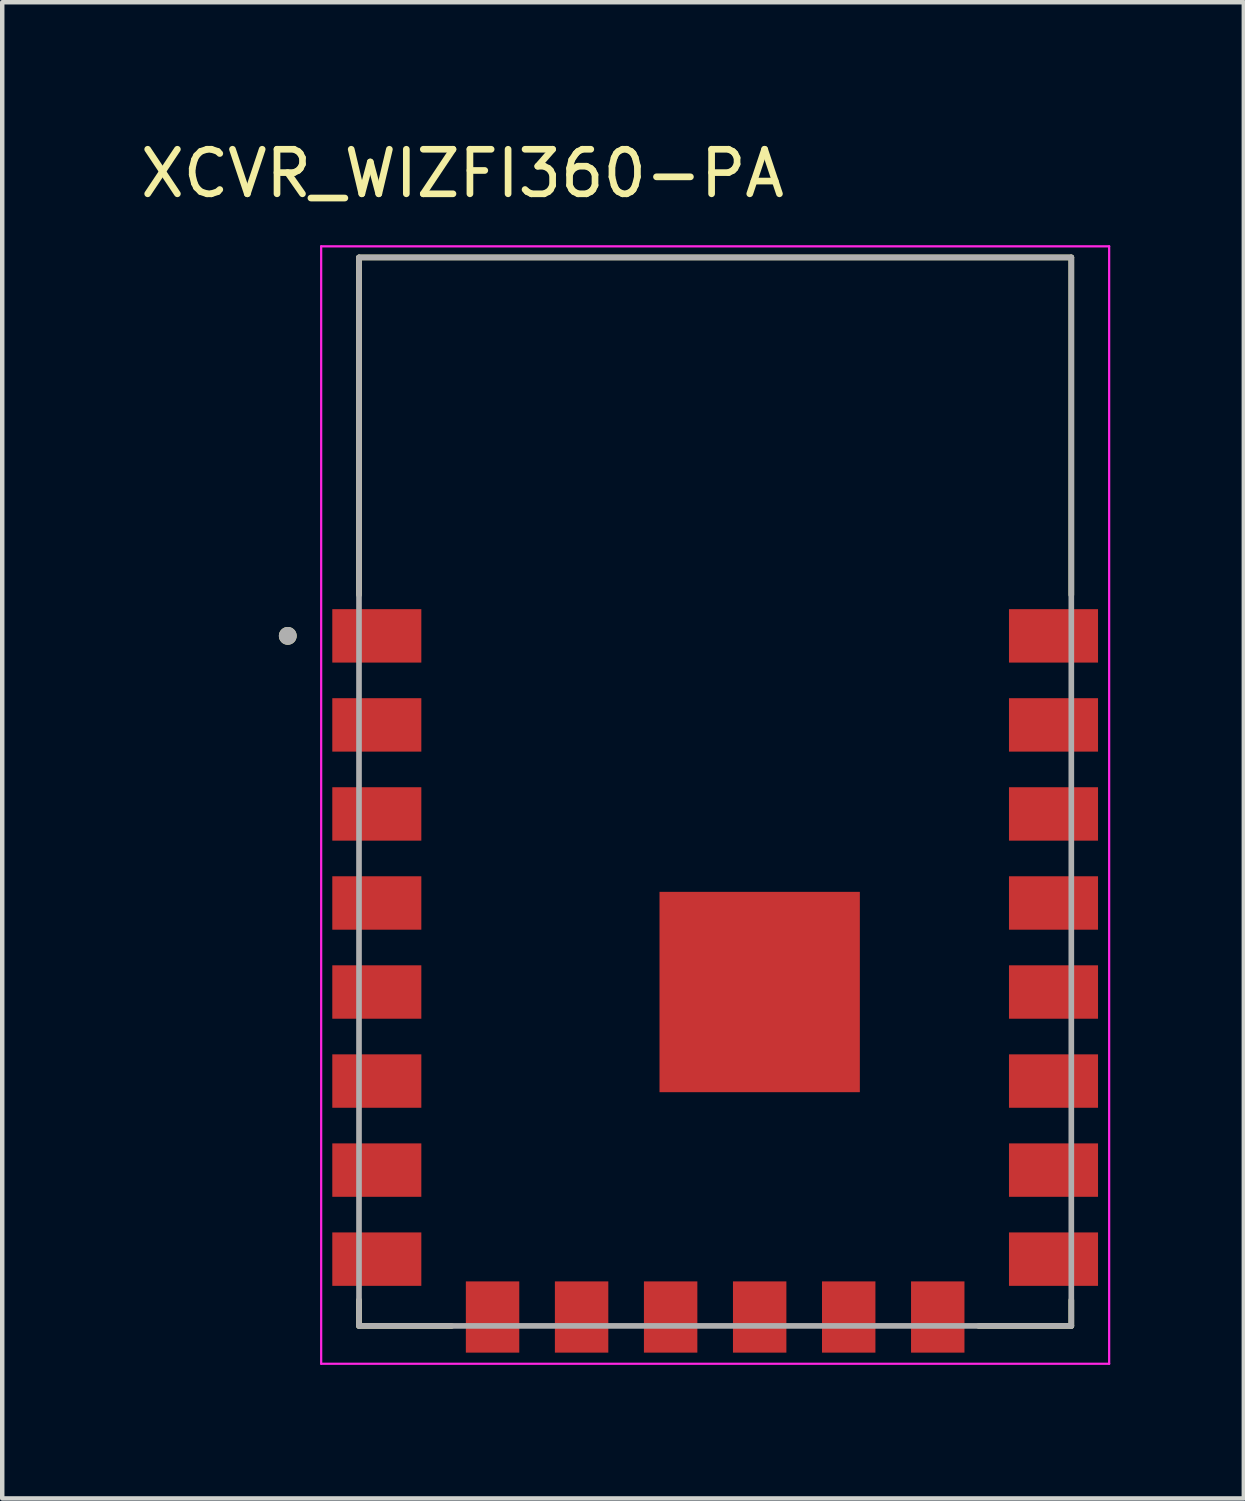
<source format=kicad_pcb>
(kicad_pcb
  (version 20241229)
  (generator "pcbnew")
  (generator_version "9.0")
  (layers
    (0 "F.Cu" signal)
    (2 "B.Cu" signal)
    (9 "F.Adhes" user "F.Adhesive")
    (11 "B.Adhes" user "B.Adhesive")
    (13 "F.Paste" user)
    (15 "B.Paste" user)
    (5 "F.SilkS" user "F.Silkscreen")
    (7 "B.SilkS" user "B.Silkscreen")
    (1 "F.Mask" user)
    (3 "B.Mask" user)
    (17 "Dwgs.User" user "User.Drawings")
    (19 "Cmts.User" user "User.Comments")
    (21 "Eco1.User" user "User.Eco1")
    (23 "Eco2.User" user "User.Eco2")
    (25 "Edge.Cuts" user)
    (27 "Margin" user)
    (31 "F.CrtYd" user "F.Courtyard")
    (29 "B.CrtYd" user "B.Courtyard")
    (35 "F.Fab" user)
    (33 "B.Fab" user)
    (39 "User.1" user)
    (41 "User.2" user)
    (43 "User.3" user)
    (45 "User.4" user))
  (footprint "XCVR_WIZFI360-PA"
    (layer "F.Cu")
    (at 13.014 14.733)
    (property "Reference" "XCVR_WIZFI360-PA" (at -5.675 -13.885 0) (layer "F.SilkS") (effects (font (size 1 1) (thickness 0.15))))
    (attr smd)
    (fp_line (start -8 -12) (end 8 -12) (stroke (width 0.127) (type solid)) (layer "F.SilkS"))
    (fp_line (start -8 -4.42) (end -8 -12) (stroke (width 0.127) (type solid)) (layer "F.SilkS"))
    (fp_line (start -8 12) (end -8 11.42) (stroke (width 0.127) (type solid)) (layer "F.SilkS"))
    (fp_line (start -5.92 12) (end -8 12) (stroke (width 0.127) (type solid)) (layer "F.SilkS"))
    (fp_line (start 8 -12) (end 8 -4.42) (stroke (width 0.127) (type solid)) (layer "F.SilkS"))
    (fp_line (start 8 12) (end 5.92 12) (stroke (width 0.127) (type solid)) (layer "F.SilkS"))
    (fp_line (start 8 12) (end 8 11.42) (stroke (width 0.127) (type solid)) (layer "F.SilkS"))
    (fp_circle (center -9.6 -3.5) (end -9.5 -3.5) (stroke (width 0.2) (type solid)) (fill no) (layer "F.SilkS"))
    (fp_line (start -8.85 -12.25) (end -8.85 12.85) (stroke (width 0.05) (type solid)) (layer "F.CrtYd"))
    (fp_line (start -8.85 12.85) (end 8.85 12.85) (stroke (width 0.05) (type solid)) (layer "F.CrtYd"))
    (fp_line (start 8.85 -12.25) (end -8.85 -12.25) (stroke (width 0.05) (type solid)) (layer "F.CrtYd"))
    (fp_line (start 8.85 12.85) (end 8.85 -12.25) (stroke (width 0.05) (type solid)) (layer "F.CrtYd"))
    (fp_line (start -8 -12) (end 8 -12) (stroke (width 0.127) (type solid)) (layer "F.Fab"))
    (fp_line (start -8 12) (end -8 -12) (stroke (width 0.127) (type solid)) (layer "F.Fab"))
    (fp_line (start 8 -12) (end 8 12) (stroke (width 0.127) (type solid)) (layer "F.Fab"))
    (fp_line (start 8 12) (end -8 12) (stroke (width 0.127) (type solid)) (layer "F.Fab"))
    (fp_circle (center -9.6 -3.5) (end -9.5 -3.5) (stroke (width 0.2) (type solid)) (fill no) (layer "F.Fab"))
    (pad "1" smd rect (at -7.6 -3.5) (size 2 1.2) (layers "F.Cu" "F.Mask" "F.Paste"))
    (pad "2" smd rect (at -7.6 -1.5) (size 2 1.2) (layers "F.Cu" "F.Mask" "F.Paste"))
    (pad "3" smd rect (at -7.6 0.5) (size 2 1.2) (layers "F.Cu" "F.Mask" "F.Paste"))
    (pad "4" smd rect (at -7.6 2.5) (size 2 1.2) (layers "F.Cu" "F.Mask" "F.Paste"))
    (pad "5" smd rect (at -7.6 4.5) (size 2 1.2) (layers "F.Cu" "F.Mask" "F.Paste"))
    (pad "6" smd rect (at -7.6 6.5) (size 2 1.2) (layers "F.Cu" "F.Mask" "F.Paste"))
    (pad "7" smd rect (at -7.6 8.5) (size 2 1.2) (layers "F.Cu" "F.Mask" "F.Paste"))
    (pad "8" smd rect (at -7.6 10.5) (size 2 1.2) (layers "F.Cu" "F.Mask" "F.Paste"))
    (pad "9" smd rect (at -5 11.8) (size 1.2 1.6) (layers "F.Cu" "F.Mask" "F.Paste"))
    (pad "10" smd rect (at -3 11.8) (size 1.2 1.6) (layers "F.Cu" "F.Mask" "F.Paste"))
    (pad "11" smd rect (at -1 11.8) (size 1.2 1.6) (layers "F.Cu" "F.Mask" "F.Paste"))
    (pad "12" smd rect (at 1 11.8) (size 1.2 1.6) (layers "F.Cu" "F.Mask" "F.Paste"))
    (pad "13" smd rect (at 3 11.8) (size 1.2 1.6) (layers "F.Cu" "F.Mask" "F.Paste"))
    (pad "14" smd rect (at 5 11.8) (size 1.2 1.6) (layers "F.Cu" "F.Mask" "F.Paste"))
    (pad "15" smd rect (at 7.6 10.5) (size 2 1.2) (layers "F.Cu" "F.Mask" "F.Paste"))
    (pad "16" smd rect (at 7.6 8.5) (size 2 1.2) (layers "F.Cu" "F.Mask" "F.Paste"))
    (pad "17" smd rect (at 7.6 6.5) (size 2 1.2) (layers "F.Cu" "F.Mask" "F.Paste"))
    (pad "18" smd rect (at 7.6 4.5) (size 2 1.2) (layers "F.Cu" "F.Mask" "F.Paste"))
    (pad "19" smd rect (at 7.6 2.5) (size 2 1.2) (layers "F.Cu" "F.Mask" "F.Paste"))
    (pad "20" smd rect (at 7.6 0.5) (size 2 1.2) (layers "F.Cu" "F.Mask" "F.Paste"))
    (pad "21" smd rect (at 7.6 -1.5) (size 2 1.2) (layers "F.Cu" "F.Mask" "F.Paste"))
    (pad "22" smd rect (at 7.6 -3.5) (size 2 1.2) (layers "F.Cu" "F.Mask" "F.Paste"))
    (pad "23" smd rect (at 1 4.5) (size 4.5 4.5) (layers "F.Cu" "F.Mask" "F.Paste"))
    (zone (net_name "") (layer "F.Cu") (hatch full 0.508) (connect_pads) (min_thickness 0.01) (filled_areas_thickness no) (keepout (tracks not_allowed) (vias not_allowed) (pads not_allowed) (copperpour not_allowed) (footprints allowed)) (placement (enabled no)) (fill) (polygon (pts (xy 5.014 2.733) (xy 21.014 2.733) (xy 21.014 9.733) (xy 5.014 9.733))))
    (zone (net_name "") (layers "F.Cu" "B.Cu") (hatch full 0.508) (connect_pads) (min_thickness 0.01) (filled_areas_thickness no) (keepout (tracks allowed) (vias not_allowed) (pads allowed) (copperpour allowed) (footprints allowed)) (placement (enabled no)) (fill) (polygon (pts (xy 5.014 2.733) (xy 21.014 2.733) (xy 21.014 9.733) (xy 5.014 9.733))))
    (zone (net_name "") (layer "B.Cu") (hatch full 0.508) (connect_pads) (min_thickness 0.01) (filled_areas_thickness no) (keepout (tracks not_allowed) (vias not_allowed) (pads not_allowed) (copperpour not_allowed) (footprints allowed)) (placement (enabled no)) (fill) (polygon (pts (xy 5.014 2.733) (xy 21.014 2.733) (xy 21.014 9.733) (xy 5.014 9.733)))))
  (gr_rect
    (start -3 -3)
    (end 24.889 30.608)
    (stroke (width 0.1) (type default))
    (fill no)
    (layer "Edge.Cuts")))
</source>
